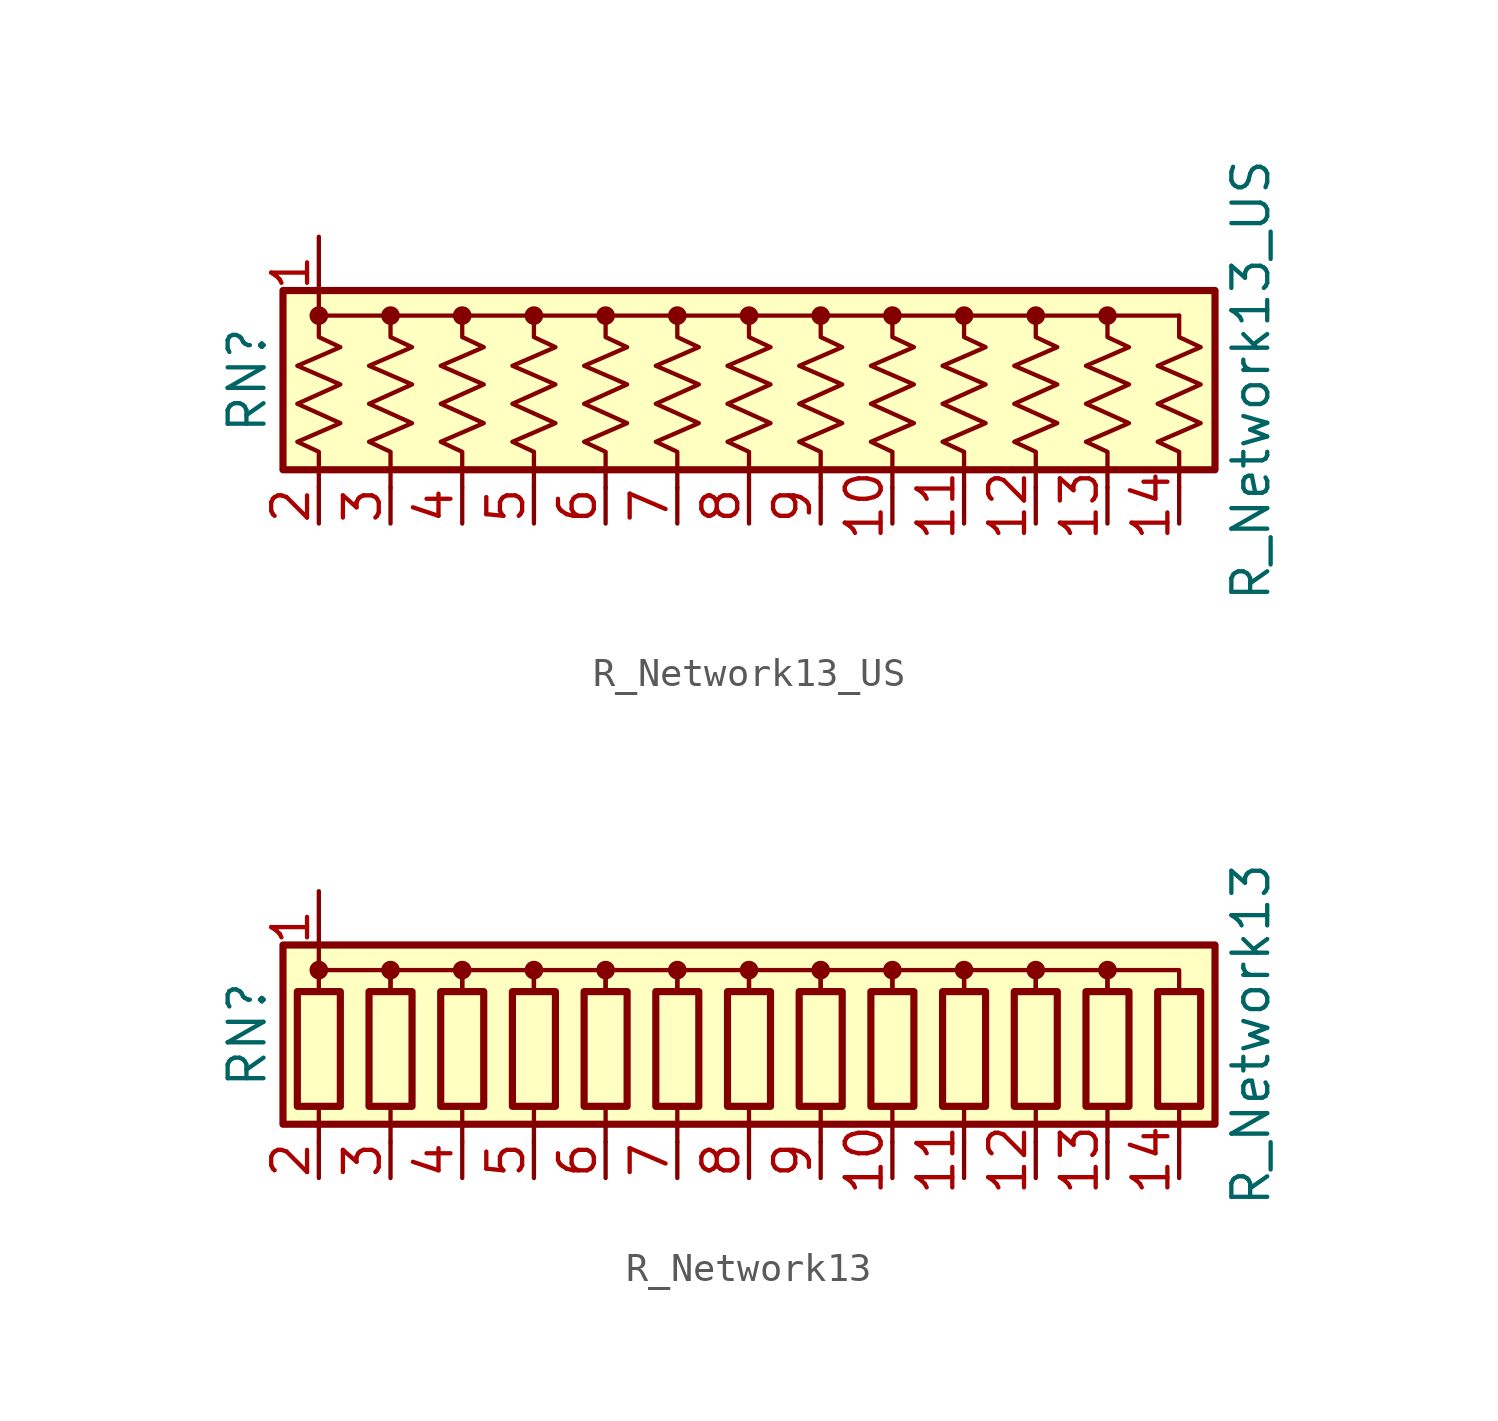
<source format=kicad_sym>
(kicad_symbol_lib
  (version 20211014)
  (generator kicad_symbol_editor)
  (symbol "R_Network13_US"
    (pin_names
      (offset 0) hide)
    (property "Reference" "RN"
      (at -17.78 0 90)
      (effects (font (size 1.27 1.27))))
    (property "Value" "R_Network13_US"
      (at 17.78 0 90)
      (effects (font (size 1.27 1.27))))
    (symbol "R_Network13_US_0_1"
      (rectangle (start -16.51 -3.175) (end 16.51 3.175) (stroke (width 0.254) (type default) (color 0 0 0 0)) (fill (type background)))
      (circle (center -15.24 2.286) (radius 0.254) (stroke (width 0) (type default) (color 0 0 0 0)) (fill (type outline)))
      (circle (center -12.7 2.286) (radius 0.254) (stroke (width 0) (type default) (color 0 0 0 0)) (fill (type outline)))
      (circle (center -10.16 2.286) (radius 0.254) (stroke (width 0) (type default) (color 0 0 0 0)) (fill (type outline)))
      (circle (center -7.62 2.286) (radius 0.254) (stroke (width 0) (type default) (color 0 0 0 0)) (fill (type outline)))
      (circle (center -5.08 2.286) (radius 0.254) (stroke (width 0) (type default) (color 0 0 0 0)) (fill (type outline)))
      (circle (center -2.54 2.286) (radius 0.254) (stroke (width 0) (type default) (color 0 0 0 0)) (fill (type outline)))
      (polyline (pts (xy -15.24 2.286) (xy 15.24 2.286)) (stroke (width 0) (type default) (color 0 0 0 0)) (fill (type none)))
      (polyline (pts (xy -15.24 2.286) (xy -15.24 1.524) (xy -14.478 1.168) (xy -16.002 0.508) (xy -14.478 -0.152) (xy -16.002 -0.838) (xy -14.478 -1.524) (xy -16.002 -2.184) (xy -15.24 -2.54) (xy -15.24 -3.81)) (stroke (width 0) (type default) (color 0 0 0 0)) (fill (type none)))
      (polyline (pts (xy -12.7 2.286) (xy -12.7 1.524) (xy -11.938 1.168) (xy -13.462 0.508) (xy -11.938 -0.152) (xy -13.462 -0.838) (xy -11.938 -1.524) (xy -13.462 -2.184) (xy -12.7 -2.54) (xy -12.7 -3.81)) (stroke (width 0) (type default) (color 0 0 0 0)) (fill (type none)))
      (polyline (pts (xy -10.16 2.286) (xy -10.16 1.524) (xy -9.398 1.168) (xy -10.922 0.508) (xy -9.398 -0.152) (xy -10.922 -0.838) (xy -9.398 -1.524) (xy -10.922 -2.184) (xy -10.16 -2.54) (xy -10.16 -3.81)) (stroke (width 0) (type default) (color 0 0 0 0)) (fill (type none)))
      (polyline (pts (xy -7.62 2.286) (xy -7.62 1.524) (xy -6.858 1.168) (xy -8.382 0.508) (xy -6.858 -0.152) (xy -8.382 -0.838) (xy -6.858 -1.524) (xy -8.382 -2.184) (xy -7.62 -2.54) (xy -7.62 -3.81)) (stroke (width 0) (type default) (color 0 0 0 0)) (fill (type none)))
      (polyline (pts (xy -5.08 2.286) (xy -5.08 1.524) (xy -4.318 1.168) (xy -5.842 0.508) (xy -4.318 -0.152) (xy -5.842 -0.838) (xy -4.318 -1.524) (xy -5.842 -2.184) (xy -5.08 -2.54) (xy -5.08 -3.81)) (stroke (width 0) (type default) (color 0 0 0 0)) (fill (type none)))
      (polyline (pts (xy -2.54 2.286) (xy -2.54 1.524) (xy -1.778 1.168) (xy -3.302 0.508) (xy -1.778 -0.152) (xy -3.302 -0.838) (xy -1.778 -1.524) (xy -3.302 -2.184) (xy -2.54 -2.54) (xy -2.54 -3.81)) (stroke (width 0) (type default) (color 0 0 0 0)) (fill (type none)))
      (polyline (pts (xy 0 2.286) (xy 0 1.524) (xy 0.762 1.168) (xy -0.762 0.508) (xy 0.762 -0.152) (xy -0.762 -0.838) (xy 0.762 -1.524) (xy -0.762 -2.184) (xy 0 -2.54) (xy 0 -3.81)) (stroke (width 0) (type default) (color 0 0 0 0)) (fill (type none)))
      (polyline (pts (xy 2.54 2.286) (xy 2.54 1.524) (xy 3.302 1.168) (xy 1.778 0.508) (xy 3.302 -0.152) (xy 1.778 -0.838) (xy 3.302 -1.524) (xy 1.778 -2.184) (xy 2.54 -2.54) (xy 2.54 -3.81)) (stroke (width 0) (type default) (color 0 0 0 0)) (fill (type none)))
      (polyline (pts (xy 5.08 2.286) (xy 5.08 1.524) (xy 5.842 1.168) (xy 4.318 0.508) (xy 5.842 -0.152) (xy 4.318 -0.838) (xy 5.842 -1.524) (xy 4.318 -2.184) (xy 5.08 -2.54) (xy 5.08 -3.81)) (stroke (width 0) (type default) (color 0 0 0 0)) (fill (type none)))
      (polyline (pts (xy 7.62 2.286) (xy 7.62 1.524) (xy 8.382 1.168) (xy 6.858 0.508) (xy 8.382 -0.152) (xy 6.858 -0.838) (xy 8.382 -1.524) (xy 6.858 -2.184) (xy 7.62 -2.54) (xy 7.62 -3.81)) (stroke (width 0) (type default) (color 0 0 0 0)) (fill (type none)))
      (polyline (pts (xy 10.16 2.286) (xy 10.16 1.524) (xy 10.922 1.168) (xy 9.398 0.508) (xy 10.922 -0.152) (xy 9.398 -0.838) (xy 10.922 -1.524) (xy 9.398 -2.184) (xy 10.16 -2.54) (xy 10.16 -3.81)) (stroke (width 0) (type default) (color 0 0 0 0)) (fill (type none)))
      (polyline (pts (xy 12.7 2.286) (xy 12.7 1.524) (xy 13.462 1.168) (xy 11.938 0.508) (xy 13.462 -0.152) (xy 11.938 -0.838) (xy 13.462 -1.524) (xy 11.938 -2.184) (xy 12.7 -2.54) (xy 12.7 -3.81)) (stroke (width 0) (type default) (color 0 0 0 0)) (fill (type none)))
      (polyline (pts (xy 15.24 2.286) (xy 15.24 1.524) (xy 16.002 1.168) (xy 14.478 0.508) (xy 16.002 -0.152) (xy 14.478 -0.838) (xy 16.002 -1.524) (xy 14.478 -2.184) (xy 15.24 -2.54) (xy 15.24 -3.81)) (stroke (width 0) (type default) (color 0 0 0 0)) (fill (type none)))
      (circle (center 0 2.286) (radius 0.254) (stroke (width 0) (type default) (color 0 0 0 0)) (fill (type outline)))
      (circle (center 2.54 2.286) (radius 0.254) (stroke (width 0) (type default) (color 0 0 0 0)) (fill (type outline)))
      (circle (center 5.08 2.286) (radius 0.254) (stroke (width 0) (type default) (color 0 0 0 0)) (fill (type outline)))
      (circle (center 7.62 2.286) (radius 0.254) (stroke (width 0) (type default) (color 0 0 0 0)) (fill (type outline)))
      (circle (center 10.16 2.286) (radius 0.254) (stroke (width 0) (type default) (color 0 0 0 0)) (fill (type outline)))
      (circle (center 12.7 2.286) (radius 0.254) (stroke (width 0) (type default) (color 0 0 0 0)) (fill (type outline))))
    (symbol "R_Network13_US_1_1"
      (pin passive line (at -15.24 5.08 270) (length 2.54) (name "common" (effects (font (size 1.27 1.27)))) (number "1" (effects (font (size 1.27 1.27)))))
      (pin passive line (at 5.08 -5.08 90) (length 1.27) (name "R9" (effects (font (size 1.27 1.27)))) (number "10" (effects (font (size 1.27 1.27)))))
      (pin passive line (at 7.62 -5.08 90) (length 1.27) (name "R10" (effects (font (size 1.27 1.27)))) (number "11" (effects (font (size 1.27 1.27)))))
      (pin passive line (at 10.16 -5.08 90) (length 1.27) (name "R11" (effects (font (size 1.27 1.27)))) (number "12" (effects (font (size 1.27 1.27)))))
      (pin passive line (at 12.7 -5.08 90) (length 1.27) (name "R12" (effects (font (size 1.27 1.27)))) (number "13" (effects (font (size 1.27 1.27)))))
      (pin passive line (at 15.24 -5.08 90) (length 1.27) (name "R13" (effects (font (size 1.27 1.27)))) (number "14" (effects (font (size 1.27 1.27)))))
      (pin passive line (at -15.24 -5.08 90) (length 1.27) (name "R1" (effects (font (size 1.27 1.27)))) (number "2" (effects (font (size 1.27 1.27)))))
      (pin passive line (at -12.7 -5.08 90) (length 1.27) (name "R2" (effects (font (size 1.27 1.27)))) (number "3" (effects (font (size 1.27 1.27)))))
      (pin passive line (at -10.16 -5.08 90) (length 1.27) (name "R3" (effects (font (size 1.27 1.27)))) (number "4" (effects (font (size 1.27 1.27)))))
      (pin passive line (at -7.62 -5.08 90) (length 1.27) (name "R4" (effects (font (size 1.27 1.27)))) (number "5" (effects (font (size 1.27 1.27)))))
      (pin passive line (at -5.08 -5.08 90) (length 1.27) (name "R5" (effects (font (size 1.27 1.27)))) (number "6" (effects (font (size 1.27 1.27)))))
      (pin passive line (at -2.54 -5.08 90) (length 1.27) (name "R6" (effects (font (size 1.27 1.27)))) (number "7" (effects (font (size 1.27 1.27)))))
      (pin passive line (at 0 -5.08 90) (length 1.27) (name "R7" (effects (font (size 1.27 1.27)))) (number "8" (effects (font (size 1.27 1.27)))))
      (pin passive line (at 2.54 -5.08 90) (length 1.27) (name "R8" (effects (font (size 1.27 1.27)))) (number "9" (effects (font (size 1.27 1.27)))))))
  (symbol "R_Network13"
    (pin_names
      (offset 0) hide)
    (property "Reference" "RN"
      (at -17.78 0 90)
      (effects (font (size 1.27 1.27))))
    (property "Value" "R_Network13"
      (at 17.78 0 90)
      (effects (font (size 1.27 1.27))))
    (symbol "R_Network13_0_1"
      (rectangle (start -16.51 -3.175) (end 16.51 3.175) (stroke (width 0.254) (type default) (color 0 0 0 0)) (fill (type background)))
      (rectangle (start -16.002 1.524) (end -14.478 -2.54) (stroke (width 0.254) (type default) (color 0 0 0 0)) (fill (type none)))
      (circle (center -15.24 2.286) (radius 0.254) (stroke (width 0) (type default) (color 0 0 0 0)) (fill (type outline)))
      (rectangle (start -13.462 1.524) (end -11.938 -2.54) (stroke (width 0.254) (type default) (color 0 0 0 0)) (fill (type none)))
      (circle (center -12.7 2.286) (radius 0.254) (stroke (width 0) (type default) (color 0 0 0 0)) (fill (type outline)))
      (rectangle (start -10.922 1.524) (end -9.398 -2.54) (stroke (width 0.254) (type default) (color 0 0 0 0)) (fill (type none)))
      (circle (center -10.16 2.286) (radius 0.254) (stroke (width 0) (type default) (color 0 0 0 0)) (fill (type outline)))
      (rectangle (start -8.382 1.524) (end -6.858 -2.54) (stroke (width 0.254) (type default) (color 0 0 0 0)) (fill (type none)))
      (circle (center -7.62 2.286) (radius 0.254) (stroke (width 0) (type default) (color 0 0 0 0)) (fill (type outline)))
      (rectangle (start -5.842 1.524) (end -4.318 -2.54) (stroke (width 0.254) (type default) (color 0 0 0 0)) (fill (type none)))
      (circle (center -5.08 2.286) (radius 0.254) (stroke (width 0) (type default) (color 0 0 0 0)) (fill (type outline)))
      (rectangle (start -3.302 1.524) (end -1.778 -2.54) (stroke (width 0.254) (type default) (color 0 0 0 0)) (fill (type none)))
      (circle (center -2.54 2.286) (radius 0.254) (stroke (width 0) (type default) (color 0 0 0 0)) (fill (type outline)))
      (rectangle (start -0.762 1.524) (end 0.762 -2.54) (stroke (width 0.254) (type default) (color 0 0 0 0)) (fill (type none)))
      (polyline (pts (xy -15.24 -2.54) (xy -15.24 -3.81)) (stroke (width 0) (type default) (color 0 0 0 0)) (fill (type none)))
      (polyline (pts (xy -12.7 -2.54) (xy -12.7 -3.81)) (stroke (width 0) (type default) (color 0 0 0 0)) (fill (type none)))
      (polyline (pts (xy -10.16 -2.54) (xy -10.16 -3.81)) (stroke (width 0) (type default) (color 0 0 0 0)) (fill (type none)))
      (polyline (pts (xy -7.62 -2.54) (xy -7.62 -3.81)) (stroke (width 0) (type default) (color 0 0 0 0)) (fill (type none)))
      (polyline (pts (xy -5.08 -2.54) (xy -5.08 -3.81)) (stroke (width 0) (type default) (color 0 0 0 0)) (fill (type none)))
      (polyline (pts (xy -2.54 -2.54) (xy -2.54 -3.81)) (stroke (width 0) (type default) (color 0 0 0 0)) (fill (type none)))
      (polyline (pts (xy 0 -2.54) (xy 0 -3.81)) (stroke (width 0) (type default) (color 0 0 0 0)) (fill (type none)))
      (polyline (pts (xy 2.54 -2.54) (xy 2.54 -3.81)) (stroke (width 0) (type default) (color 0 0 0 0)) (fill (type none)))
      (polyline (pts (xy 5.08 -2.54) (xy 5.08 -3.81)) (stroke (width 0) (type default) (color 0 0 0 0)) (fill (type none)))
      (polyline (pts (xy 7.62 -2.54) (xy 7.62 -3.81)) (stroke (width 0) (type default) (color 0 0 0 0)) (fill (type none)))
      (polyline (pts (xy 10.16 -2.54) (xy 10.16 -3.81)) (stroke (width 0) (type default) (color 0 0 0 0)) (fill (type none)))
      (polyline (pts (xy 12.7 -2.54) (xy 12.7 -3.81)) (stroke (width 0) (type default) (color 0 0 0 0)) (fill (type none)))
      (polyline (pts (xy 15.24 -2.54) (xy 15.24 -3.81)) (stroke (width 0) (type default) (color 0 0 0 0)) (fill (type none)))
      (polyline (pts (xy -15.24 1.524) (xy -15.24 2.286) (xy -12.7 2.286) (xy -12.7 1.524)) (stroke (width 0) (type default) (color 0 0 0 0)) (fill (type none)))
      (polyline (pts (xy -12.7 1.524) (xy -12.7 2.286) (xy -10.16 2.286) (xy -10.16 1.524)) (stroke (width 0) (type default) (color 0 0 0 0)) (fill (type none)))
      (polyline (pts (xy -10.16 1.524) (xy -10.16 2.286) (xy -7.62 2.286) (xy -7.62 1.524)) (stroke (width 0) (type default) (color 0 0 0 0)) (fill (type none)))
      (polyline (pts (xy -7.62 1.524) (xy -7.62 2.286) (xy -5.08 2.286) (xy -5.08 1.524)) (stroke (width 0) (type default) (color 0 0 0 0)) (fill (type none)))
      (polyline (pts (xy -5.08 1.524) (xy -5.08 2.286) (xy -2.54 2.286) (xy -2.54 1.524)) (stroke (width 0) (type default) (color 0 0 0 0)) (fill (type none)))
      (polyline (pts (xy -2.54 1.524) (xy -2.54 2.286) (xy 0 2.286) (xy 0 1.524)) (stroke (width 0) (type default) (color 0 0 0 0)) (fill (type none)))
      (polyline (pts (xy 0 1.524) (xy 0 2.286) (xy 2.54 2.286) (xy 2.54 1.524)) (stroke (width 0) (type default) (color 0 0 0 0)) (fill (type none)))
      (polyline (pts (xy 2.54 1.524) (xy 2.54 2.286) (xy 5.08 2.286) (xy 5.08 1.524)) (stroke (width 0) (type default) (color 0 0 0 0)) (fill (type none)))
      (polyline (pts (xy 5.08 1.524) (xy 5.08 2.286) (xy 7.62 2.286) (xy 7.62 1.524)) (stroke (width 0) (type default) (color 0 0 0 0)) (fill (type none)))
      (polyline (pts (xy 7.62 1.524) (xy 7.62 2.286) (xy 10.16 2.286) (xy 10.16 1.524)) (stroke (width 0) (type default) (color 0 0 0 0)) (fill (type none)))
      (polyline (pts (xy 10.16 1.524) (xy 10.16 2.286) (xy 12.7 2.286) (xy 12.7 1.524)) (stroke (width 0) (type default) (color 0 0 0 0)) (fill (type none)))
      (polyline (pts (xy 12.7 1.524) (xy 12.7 2.286) (xy 15.24 2.286) (xy 15.24 1.524)) (stroke (width 0) (type default) (color 0 0 0 0)) (fill (type none)))
      (circle (center 0 2.286) (radius 0.254) (stroke (width 0) (type default) (color 0 0 0 0)) (fill (type outline)))
      (rectangle (start 1.778 1.524) (end 3.302 -2.54) (stroke (width 0.254) (type default) (color 0 0 0 0)) (fill (type none)))
      (circle (center 2.54 2.286) (radius 0.254) (stroke (width 0) (type default) (color 0 0 0 0)) (fill (type outline)))
      (rectangle (start 4.318 1.524) (end 5.842 -2.54) (stroke (width 0.254) (type default) (color 0 0 0 0)) (fill (type none)))
      (circle (center 5.08 2.286) (radius 0.254) (stroke (width 0) (type default) (color 0 0 0 0)) (fill (type outline)))
      (rectangle (start 6.858 1.524) (end 8.382 -2.54) (stroke (width 0.254) (type default) (color 0 0 0 0)) (fill (type none)))
      (circle (center 7.62 2.286) (radius 0.254) (stroke (width 0) (type default) (color 0 0 0 0)) (fill (type outline)))
      (rectangle (start 9.398 1.524) (end 10.922 -2.54) (stroke (width 0.254) (type default) (color 0 0 0 0)) (fill (type none)))
      (circle (center 10.16 2.286) (radius 0.254) (stroke (width 0) (type default) (color 0 0 0 0)) (fill (type outline)))
      (rectangle (start 11.938 1.524) (end 13.462 -2.54) (stroke (width 0.254) (type default) (color 0 0 0 0)) (fill (type none)))
      (circle (center 12.7 2.286) (radius 0.254) (stroke (width 0) (type default) (color 0 0 0 0)) (fill (type outline)))
      (rectangle (start 14.478 1.524) (end 16.002 -2.54) (stroke (width 0.254) (type default) (color 0 0 0 0)) (fill (type none))))
    (symbol "R_Network13_1_1"
      (pin passive line (at -15.24 5.08 270) (length 2.54) (name "common" (effects (font (size 1.27 1.27)))) (number "1" (effects (font (size 1.27 1.27)))))
      (pin passive line (at 5.08 -5.08 90) (length 1.27) (name "R9" (effects (font (size 1.27 1.27)))) (number "10" (effects (font (size 1.27 1.27)))))
      (pin passive line (at 7.62 -5.08 90) (length 1.27) (name "R10" (effects (font (size 1.27 1.27)))) (number "11" (effects (font (size 1.27 1.27)))))
      (pin passive line (at 10.16 -5.08 90) (length 1.27) (name "R11" (effects (font (size 1.27 1.27)))) (number "12" (effects (font (size 1.27 1.27)))))
      (pin passive line (at 12.7 -5.08 90) (length 1.27) (name "R12" (effects (font (size 1.27 1.27)))) (number "13" (effects (font (size 1.27 1.27)))))
      (pin passive line (at 15.24 -5.08 90) (length 1.27) (name "R13" (effects (font (size 1.27 1.27)))) (number "14" (effects (font (size 1.27 1.27)))))
      (pin passive line (at -15.24 -5.08 90) (length 1.27) (name "R1" (effects (font (size 1.27 1.27)))) (number "2" (effects (font (size 1.27 1.27)))))
      (pin passive line (at -12.7 -5.08 90) (length 1.27) (name "R2" (effects (font (size 1.27 1.27)))) (number "3" (effects (font (size 1.27 1.27)))))
      (pin passive line (at -10.16 -5.08 90) (length 1.27) (name "R3" (effects (font (size 1.27 1.27)))) (number "4" (effects (font (size 1.27 1.27)))))
      (pin passive line (at -7.62 -5.08 90) (length 1.27) (name "R4" (effects (font (size 1.27 1.27)))) (number "5" (effects (font (size 1.27 1.27)))))
      (pin passive line (at -5.08 -5.08 90) (length 1.27) (name "R5" (effects (font (size 1.27 1.27)))) (number "6" (effects (font (size 1.27 1.27)))))
      (pin passive line (at -2.54 -5.08 90) (length 1.27) (name "R6" (effects (font (size 1.27 1.27)))) (number "7" (effects (font (size 1.27 1.27)))))
      (pin passive line (at 0 -5.08 90) (length 1.27) (name "R7" (effects (font (size 1.27 1.27)))) (number "8" (effects (font (size 1.27 1.27)))))
      (pin passive line (at 2.54 -5.08 90) (length 1.27) (name "R8" (effects (font (size 1.27 1.27)))) (number "9" (effects (font (size 1.27 1.27))))))))
</source>
